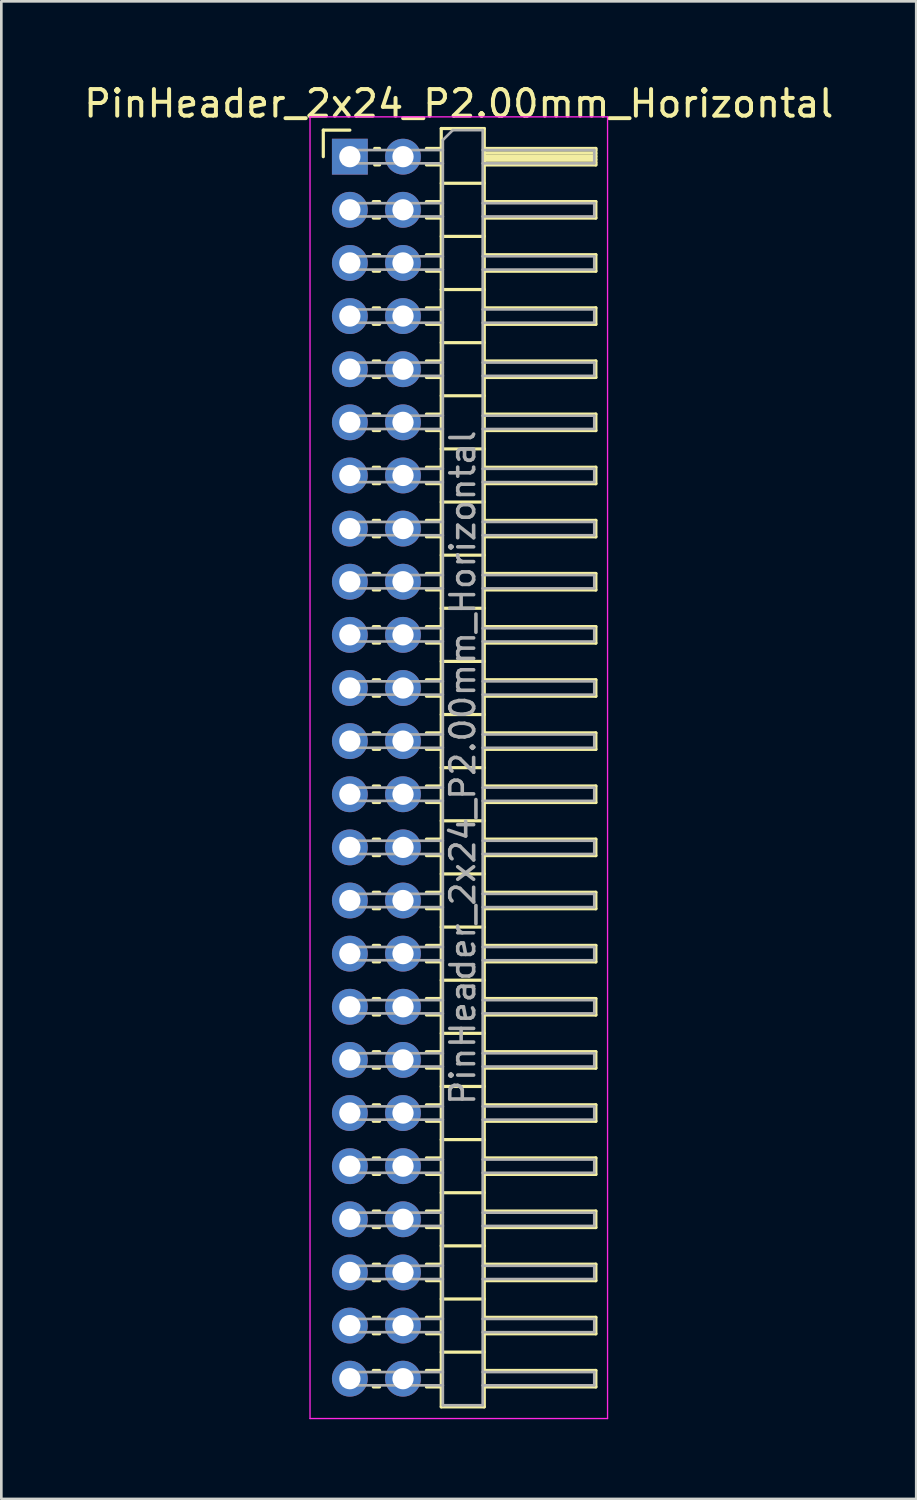
<source format=kicad_pcb>
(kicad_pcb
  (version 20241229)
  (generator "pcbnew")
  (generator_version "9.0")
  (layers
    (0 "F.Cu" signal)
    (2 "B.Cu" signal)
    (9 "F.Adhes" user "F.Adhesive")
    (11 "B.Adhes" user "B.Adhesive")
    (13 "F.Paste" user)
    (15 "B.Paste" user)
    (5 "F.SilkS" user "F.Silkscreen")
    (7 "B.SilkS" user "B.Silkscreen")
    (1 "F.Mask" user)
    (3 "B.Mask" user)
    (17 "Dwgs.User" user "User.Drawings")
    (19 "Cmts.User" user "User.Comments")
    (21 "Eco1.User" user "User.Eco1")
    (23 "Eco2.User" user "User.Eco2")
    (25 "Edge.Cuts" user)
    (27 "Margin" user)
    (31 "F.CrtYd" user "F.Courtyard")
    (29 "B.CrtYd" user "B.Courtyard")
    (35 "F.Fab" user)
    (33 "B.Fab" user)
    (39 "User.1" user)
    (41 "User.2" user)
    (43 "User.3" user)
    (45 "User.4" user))
  (footprint "PinHeader_2x24_P2.00mm_Horizontal"
    (layer "F.Cu")
    (at 10.12 2.848)
    (property "Reference" "PinHeader_2x24_P2.00mm_Horizontal" (at 4.1 -2 0) (layer "F.SilkS") (effects (font (size 1 1) (thickness 0.15))))
    (attr through_hole)
    (fp_line (start -1 -1) (end 0 -1) (stroke (width 0.12) (type solid)) (layer "F.SilkS"))
    (fp_line (start -1 0) (end -1 -1) (stroke (width 0.12) (type solid)) (layer "F.SilkS"))
    (fp_line (start 0.882 1.69) (end 1.118 1.69) (stroke (width 0.12) (type solid)) (layer "F.SilkS"))
    (fp_line (start 0.882 2.31) (end 1.118 2.31) (stroke (width 0.12) (type solid)) (layer "F.SilkS"))
    (fp_line (start 0.882 3.69) (end 1.118 3.69) (stroke (width 0.12) (type solid)) (layer "F.SilkS"))
    (fp_line (start 0.882 4.31) (end 1.118 4.31) (stroke (width 0.12) (type solid)) (layer "F.SilkS"))
    (fp_line (start 0.882 5.69) (end 1.118 5.69) (stroke (width 0.12) (type solid)) (layer "F.SilkS"))
    (fp_line (start 0.882 6.31) (end 1.118 6.31) (stroke (width 0.12) (type solid)) (layer "F.SilkS"))
    (fp_line (start 0.882 7.69) (end 1.118 7.69) (stroke (width 0.12) (type solid)) (layer "F.SilkS"))
    (fp_line (start 0.882 8.31) (end 1.118 8.31) (stroke (width 0.12) (type solid)) (layer "F.SilkS"))
    (fp_line (start 0.882 9.69) (end 1.118 9.69) (stroke (width 0.12) (type solid)) (layer "F.SilkS"))
    (fp_line (start 0.882 10.31) (end 1.118 10.31) (stroke (width 0.12) (type solid)) (layer "F.SilkS"))
    (fp_line (start 0.882 11.69) (end 1.118 11.69) (stroke (width 0.12) (type solid)) (layer "F.SilkS"))
    (fp_line (start 0.882 12.31) (end 1.118 12.31) (stroke (width 0.12) (type solid)) (layer "F.SilkS"))
    (fp_line (start 0.882 13.69) (end 1.118 13.69) (stroke (width 0.12) (type solid)) (layer "F.SilkS"))
    (fp_line (start 0.882 14.31) (end 1.118 14.31) (stroke (width 0.12) (type solid)) (layer "F.SilkS"))
    (fp_line (start 0.882 15.69) (end 1.118 15.69) (stroke (width 0.12) (type solid)) (layer "F.SilkS"))
    (fp_line (start 0.882 16.31) (end 1.118 16.31) (stroke (width 0.12) (type solid)) (layer "F.SilkS"))
    (fp_line (start 0.882 17.69) (end 1.118 17.69) (stroke (width 0.12) (type solid)) (layer "F.SilkS"))
    (fp_line (start 0.882 18.31) (end 1.118 18.31) (stroke (width 0.12) (type solid)) (layer "F.SilkS"))
    (fp_line (start 0.882 19.69) (end 1.118 19.69) (stroke (width 0.12) (type solid)) (layer "F.SilkS"))
    (fp_line (start 0.882 20.31) (end 1.118 20.31) (stroke (width 0.12) (type solid)) (layer "F.SilkS"))
    (fp_line (start 0.882 21.69) (end 1.118 21.69) (stroke (width 0.12) (type solid)) (layer "F.SilkS"))
    (fp_line (start 0.882 22.31) (end 1.118 22.31) (stroke (width 0.12) (type solid)) (layer "F.SilkS"))
    (fp_line (start 0.882 23.69) (end 1.118 23.69) (stroke (width 0.12) (type solid)) (layer "F.SilkS"))
    (fp_line (start 0.882 24.31) (end 1.118 24.31) (stroke (width 0.12) (type solid)) (layer "F.SilkS"))
    (fp_line (start 0.882 25.69) (end 1.118 25.69) (stroke (width 0.12) (type solid)) (layer "F.SilkS"))
    (fp_line (start 0.882 26.31) (end 1.118 26.31) (stroke (width 0.12) (type solid)) (layer "F.SilkS"))
    (fp_line (start 0.882 27.69) (end 1.118 27.69) (stroke (width 0.12) (type solid)) (layer "F.SilkS"))
    (fp_line (start 0.882 28.31) (end 1.118 28.31) (stroke (width 0.12) (type solid)) (layer "F.SilkS"))
    (fp_line (start 0.882 29.69) (end 1.118 29.69) (stroke (width 0.12) (type solid)) (layer "F.SilkS"))
    (fp_line (start 0.882 30.31) (end 1.118 30.31) (stroke (width 0.12) (type solid)) (layer "F.SilkS"))
    (fp_line (start 0.882 31.69) (end 1.118 31.69) (stroke (width 0.12) (type solid)) (layer "F.SilkS"))
    (fp_line (start 0.882 32.31) (end 1.118 32.31) (stroke (width 0.12) (type solid)) (layer "F.SilkS"))
    (fp_line (start 0.882 33.69) (end 1.118 33.69) (stroke (width 0.12) (type solid)) (layer "F.SilkS"))
    (fp_line (start 0.882 34.31) (end 1.118 34.31) (stroke (width 0.12) (type solid)) (layer "F.SilkS"))
    (fp_line (start 0.882 35.69) (end 1.118 35.69) (stroke (width 0.12) (type solid)) (layer "F.SilkS"))
    (fp_line (start 0.882 36.31) (end 1.118 36.31) (stroke (width 0.12) (type solid)) (layer "F.SilkS"))
    (fp_line (start 0.882 37.69) (end 1.118 37.69) (stroke (width 0.12) (type solid)) (layer "F.SilkS"))
    (fp_line (start 0.882 38.31) (end 1.118 38.31) (stroke (width 0.12) (type solid)) (layer "F.SilkS"))
    (fp_line (start 0.882 39.69) (end 1.118 39.69) (stroke (width 0.12) (type solid)) (layer "F.SilkS"))
    (fp_line (start 0.882 40.31) (end 1.118 40.31) (stroke (width 0.12) (type solid)) (layer "F.SilkS"))
    (fp_line (start 0.882 41.69) (end 1.118 41.69) (stroke (width 0.12) (type solid)) (layer "F.SilkS"))
    (fp_line (start 0.882 42.31) (end 1.118 42.31) (stroke (width 0.12) (type solid)) (layer "F.SilkS"))
    (fp_line (start 0.882 43.69) (end 1.118 43.69) (stroke (width 0.12) (type solid)) (layer "F.SilkS"))
    (fp_line (start 0.882 44.31) (end 1.118 44.31) (stroke (width 0.12) (type solid)) (layer "F.SilkS"))
    (fp_line (start 0.882 45.69) (end 1.118 45.69) (stroke (width 0.12) (type solid)) (layer "F.SilkS"))
    (fp_line (start 0.882 46.31) (end 1.118 46.31) (stroke (width 0.12) (type solid)) (layer "F.SilkS"))
    (fp_line (start 0.935 -0.31) (end 1.118 -0.31) (stroke (width 0.12) (type solid)) (layer "F.SilkS"))
    (fp_line (start 0.935 0.31) (end 1.118 0.31) (stroke (width 0.12) (type solid)) (layer "F.SilkS"))
    (fp_line (start 2.882 -0.31) (end 3.44 -0.31) (stroke (width 0.12) (type solid)) (layer "F.SilkS"))
    (fp_line (start 2.882 0.31) (end 3.44 0.31) (stroke (width 0.12) (type solid)) (layer "F.SilkS"))
    (fp_line (start 2.882 1.69) (end 3.44 1.69) (stroke (width 0.12) (type solid)) (layer "F.SilkS"))
    (fp_line (start 2.882 2.31) (end 3.44 2.31) (stroke (width 0.12) (type solid)) (layer "F.SilkS"))
    (fp_line (start 2.882 3.69) (end 3.44 3.69) (stroke (width 0.12) (type solid)) (layer "F.SilkS"))
    (fp_line (start 2.882 4.31) (end 3.44 4.31) (stroke (width 0.12) (type solid)) (layer "F.SilkS"))
    (fp_line (start 2.882 5.69) (end 3.44 5.69) (stroke (width 0.12) (type solid)) (layer "F.SilkS"))
    (fp_line (start 2.882 6.31) (end 3.44 6.31) (stroke (width 0.12) (type solid)) (layer "F.SilkS"))
    (fp_line (start 2.882 7.69) (end 3.44 7.69) (stroke (width 0.12) (type solid)) (layer "F.SilkS"))
    (fp_line (start 2.882 8.31) (end 3.44 8.31) (stroke (width 0.12) (type solid)) (layer "F.SilkS"))
    (fp_line (start 2.882 9.69) (end 3.44 9.69) (stroke (width 0.12) (type solid)) (layer "F.SilkS"))
    (fp_line (start 2.882 10.31) (end 3.44 10.31) (stroke (width 0.12) (type solid)) (layer "F.SilkS"))
    (fp_line (start 2.882 11.69) (end 3.44 11.69) (stroke (width 0.12) (type solid)) (layer "F.SilkS"))
    (fp_line (start 2.882 12.31) (end 3.44 12.31) (stroke (width 0.12) (type solid)) (layer "F.SilkS"))
    (fp_line (start 2.882 13.69) (end 3.44 13.69) (stroke (width 0.12) (type solid)) (layer "F.SilkS"))
    (fp_line (start 2.882 14.31) (end 3.44 14.31) (stroke (width 0.12) (type solid)) (layer "F.SilkS"))
    (fp_line (start 2.882 15.69) (end 3.44 15.69) (stroke (width 0.12) (type solid)) (layer "F.SilkS"))
    (fp_line (start 2.882 16.31) (end 3.44 16.31) (stroke (width 0.12) (type solid)) (layer "F.SilkS"))
    (fp_line (start 2.882 17.69) (end 3.44 17.69) (stroke (width 0.12) (type solid)) (layer "F.SilkS"))
    (fp_line (start 2.882 18.31) (end 3.44 18.31) (stroke (width 0.12) (type solid)) (layer "F.SilkS"))
    (fp_line (start 2.882 19.69) (end 3.44 19.69) (stroke (width 0.12) (type solid)) (layer "F.SilkS"))
    (fp_line (start 2.882 20.31) (end 3.44 20.31) (stroke (width 0.12) (type solid)) (layer "F.SilkS"))
    (fp_line (start 2.882 21.69) (end 3.44 21.69) (stroke (width 0.12) (type solid)) (layer "F.SilkS"))
    (fp_line (start 2.882 22.31) (end 3.44 22.31) (stroke (width 0.12) (type solid)) (layer "F.SilkS"))
    (fp_line (start 2.882 23.69) (end 3.44 23.69) (stroke (width 0.12) (type solid)) (layer "F.SilkS"))
    (fp_line (start 2.882 24.31) (end 3.44 24.31) (stroke (width 0.12) (type solid)) (layer "F.SilkS"))
    (fp_line (start 2.882 25.69) (end 3.44 25.69) (stroke (width 0.12) (type solid)) (layer "F.SilkS"))
    (fp_line (start 2.882 26.31) (end 3.44 26.31) (stroke (width 0.12) (type solid)) (layer "F.SilkS"))
    (fp_line (start 2.882 27.69) (end 3.44 27.69) (stroke (width 0.12) (type solid)) (layer "F.SilkS"))
    (fp_line (start 2.882 28.31) (end 3.44 28.31) (stroke (width 0.12) (type solid)) (layer "F.SilkS"))
    (fp_line (start 2.882 29.69) (end 3.44 29.69) (stroke (width 0.12) (type solid)) (layer "F.SilkS"))
    (fp_line (start 2.882 30.31) (end 3.44 30.31) (stroke (width 0.12) (type solid)) (layer "F.SilkS"))
    (fp_line (start 2.882 31.69) (end 3.44 31.69) (stroke (width 0.12) (type solid)) (layer "F.SilkS"))
    (fp_line (start 2.882 32.31) (end 3.44 32.31) (stroke (width 0.12) (type solid)) (layer "F.SilkS"))
    (fp_line (start 2.882 33.69) (end 3.44 33.69) (stroke (width 0.12) (type solid)) (layer "F.SilkS"))
    (fp_line (start 2.882 34.31) (end 3.44 34.31) (stroke (width 0.12) (type solid)) (layer "F.SilkS"))
    (fp_line (start 2.882 35.69) (end 3.44 35.69) (stroke (width 0.12) (type solid)) (layer "F.SilkS"))
    (fp_line (start 2.882 36.31) (end 3.44 36.31) (stroke (width 0.12) (type solid)) (layer "F.SilkS"))
    (fp_line (start 2.882 37.69) (end 3.44 37.69) (stroke (width 0.12) (type solid)) (layer "F.SilkS"))
    (fp_line (start 2.882 38.31) (end 3.44 38.31) (stroke (width 0.12) (type solid)) (layer "F.SilkS"))
    (fp_line (start 2.882 39.69) (end 3.44 39.69) (stroke (width 0.12) (type solid)) (layer "F.SilkS"))
    (fp_line (start 2.882 40.31) (end 3.44 40.31) (stroke (width 0.12) (type solid)) (layer "F.SilkS"))
    (fp_line (start 2.882 41.69) (end 3.44 41.69) (stroke (width 0.12) (type solid)) (layer "F.SilkS"))
    (fp_line (start 2.882 42.31) (end 3.44 42.31) (stroke (width 0.12) (type solid)) (layer "F.SilkS"))
    (fp_line (start 2.882 43.69) (end 3.44 43.69) (stroke (width 0.12) (type solid)) (layer "F.SilkS"))
    (fp_line (start 2.882 44.31) (end 3.44 44.31) (stroke (width 0.12) (type solid)) (layer "F.SilkS"))
    (fp_line (start 2.882 45.69) (end 3.44 45.69) (stroke (width 0.12) (type solid)) (layer "F.SilkS"))
    (fp_line (start 2.882 46.31) (end 3.44 46.31) (stroke (width 0.12) (type solid)) (layer "F.SilkS"))
    (fp_line (start 3.44 -1.06) (end 3.44 47.06) (stroke (width 0.12) (type solid)) (layer "F.SilkS"))
    (fp_line (start 3.44 1) (end 5.06 1) (stroke (width 0.12) (type solid)) (layer "F.SilkS"))
    (fp_line (start 3.44 3) (end 5.06 3) (stroke (width 0.12) (type solid)) (layer "F.SilkS"))
    (fp_line (start 3.44 5) (end 5.06 5) (stroke (width 0.12) (type solid)) (layer "F.SilkS"))
    (fp_line (start 3.44 7) (end 5.06 7) (stroke (width 0.12) (type solid)) (layer "F.SilkS"))
    (fp_line (start 3.44 9) (end 5.06 9) (stroke (width 0.12) (type solid)) (layer "F.SilkS"))
    (fp_line (start 3.44 11) (end 5.06 11) (stroke (width 0.12) (type solid)) (layer "F.SilkS"))
    (fp_line (start 3.44 13) (end 5.06 13) (stroke (width 0.12) (type solid)) (layer "F.SilkS"))
    (fp_line (start 3.44 15) (end 5.06 15) (stroke (width 0.12) (type solid)) (layer "F.SilkS"))
    (fp_line (start 3.44 17) (end 5.06 17) (stroke (width 0.12) (type solid)) (layer "F.SilkS"))
    (fp_line (start 3.44 19) (end 5.06 19) (stroke (width 0.12) (type solid)) (layer "F.SilkS"))
    (fp_line (start 3.44 21) (end 5.06 21) (stroke (width 0.12) (type solid)) (layer "F.SilkS"))
    (fp_line (start 3.44 23) (end 5.06 23) (stroke (width 0.12) (type solid)) (layer "F.SilkS"))
    (fp_line (start 3.44 25) (end 5.06 25) (stroke (width 0.12) (type solid)) (layer "F.SilkS"))
    (fp_line (start 3.44 27) (end 5.06 27) (stroke (width 0.12) (type solid)) (layer "F.SilkS"))
    (fp_line (start 3.44 29) (end 5.06 29) (stroke (width 0.12) (type solid)) (layer "F.SilkS"))
    (fp_line (start 3.44 31) (end 5.06 31) (stroke (width 0.12) (type solid)) (layer "F.SilkS"))
    (fp_line (start 3.44 33) (end 5.06 33) (stroke (width 0.12) (type solid)) (layer "F.SilkS"))
    (fp_line (start 3.44 35) (end 5.06 35) (stroke (width 0.12) (type solid)) (layer "F.SilkS"))
    (fp_line (start 3.44 37) (end 5.06 37) (stroke (width 0.12) (type solid)) (layer "F.SilkS"))
    (fp_line (start 3.44 39) (end 5.06 39) (stroke (width 0.12) (type solid)) (layer "F.SilkS"))
    (fp_line (start 3.44 41) (end 5.06 41) (stroke (width 0.12) (type solid)) (layer "F.SilkS"))
    (fp_line (start 3.44 43) (end 5.06 43) (stroke (width 0.12) (type solid)) (layer "F.SilkS"))
    (fp_line (start 3.44 45) (end 5.06 45) (stroke (width 0.12) (type solid)) (layer "F.SilkS"))
    (fp_line (start 3.44 47.06) (end 5.06 47.06) (stroke (width 0.12) (type solid)) (layer "F.SilkS"))
    (fp_line (start 5.06 -1.06) (end 3.44 -1.06) (stroke (width 0.12) (type solid)) (layer "F.SilkS"))
    (fp_line (start 5.06 -0.31) (end 9.26 -0.31) (stroke (width 0.12) (type solid)) (layer "F.SilkS"))
    (fp_line (start 5.06 -0.25) (end 9.26 -0.25) (stroke (width 0.12) (type solid)) (layer "F.SilkS"))
    (fp_line (start 5.06 -0.13) (end 9.26 -0.13) (stroke (width 0.12) (type solid)) (layer "F.SilkS"))
    (fp_line (start 5.06 -0.01) (end 9.26 -0.01) (stroke (width 0.12) (type solid)) (layer "F.SilkS"))
    (fp_line (start 5.06 0.11) (end 9.26 0.11) (stroke (width 0.12) (type solid)) (layer "F.SilkS"))
    (fp_line (start 5.06 0.23) (end 9.26 0.23) (stroke (width 0.12) (type solid)) (layer "F.SilkS"))
    (fp_line (start 5.06 1.69) (end 9.26 1.69) (stroke (width 0.12) (type solid)) (layer "F.SilkS"))
    (fp_line (start 5.06 3.69) (end 9.26 3.69) (stroke (width 0.12) (type solid)) (layer "F.SilkS"))
    (fp_line (start 5.06 5.69) (end 9.26 5.69) (stroke (width 0.12) (type solid)) (layer "F.SilkS"))
    (fp_line (start 5.06 7.69) (end 9.26 7.69) (stroke (width 0.12) (type solid)) (layer "F.SilkS"))
    (fp_line (start 5.06 9.69) (end 9.26 9.69) (stroke (width 0.12) (type solid)) (layer "F.SilkS"))
    (fp_line (start 5.06 11.69) (end 9.26 11.69) (stroke (width 0.12) (type solid)) (layer "F.SilkS"))
    (fp_line (start 5.06 13.69) (end 9.26 13.69) (stroke (width 0.12) (type solid)) (layer "F.SilkS"))
    (fp_line (start 5.06 15.69) (end 9.26 15.69) (stroke (width 0.12) (type solid)) (layer "F.SilkS"))
    (fp_line (start 5.06 17.69) (end 9.26 17.69) (stroke (width 0.12) (type solid)) (layer "F.SilkS"))
    (fp_line (start 5.06 19.69) (end 9.26 19.69) (stroke (width 0.12) (type solid)) (layer "F.SilkS"))
    (fp_line (start 5.06 21.69) (end 9.26 21.69) (stroke (width 0.12) (type solid)) (layer "F.SilkS"))
    (fp_line (start 5.06 23.69) (end 9.26 23.69) (stroke (width 0.12) (type solid)) (layer "F.SilkS"))
    (fp_line (start 5.06 25.69) (end 9.26 25.69) (stroke (width 0.12) (type solid)) (layer "F.SilkS"))
    (fp_line (start 5.06 27.69) (end 9.26 27.69) (stroke (width 0.12) (type solid)) (layer "F.SilkS"))
    (fp_line (start 5.06 29.69) (end 9.26 29.69) (stroke (width 0.12) (type solid)) (layer "F.SilkS"))
    (fp_line (start 5.06 31.69) (end 9.26 31.69) (stroke (width 0.12) (type solid)) (layer "F.SilkS"))
    (fp_line (start 5.06 33.69) (end 9.26 33.69) (stroke (width 0.12) (type solid)) (layer "F.SilkS"))
    (fp_line (start 5.06 35.69) (end 9.26 35.69) (stroke (width 0.12) (type solid)) (layer "F.SilkS"))
    (fp_line (start 5.06 37.69) (end 9.26 37.69) (stroke (width 0.12) (type solid)) (layer "F.SilkS"))
    (fp_line (start 5.06 39.69) (end 9.26 39.69) (stroke (width 0.12) (type solid)) (layer "F.SilkS"))
    (fp_line (start 5.06 41.69) (end 9.26 41.69) (stroke (width 0.12) (type solid)) (layer "F.SilkS"))
    (fp_line (start 5.06 43.69) (end 9.26 43.69) (stroke (width 0.12) (type solid)) (layer "F.SilkS"))
    (fp_line (start 5.06 45.69) (end 9.26 45.69) (stroke (width 0.12) (type solid)) (layer "F.SilkS"))
    (fp_line (start 5.06 47.06) (end 5.06 -1.06) (stroke (width 0.12) (type solid)) (layer "F.SilkS"))
    (fp_line (start 9.26 -0.31) (end 9.26 0.31) (stroke (width 0.12) (type solid)) (layer "F.SilkS"))
    (fp_line (start 9.26 0.31) (end 5.06 0.31) (stroke (width 0.12) (type solid)) (layer "F.SilkS"))
    (fp_line (start 9.26 1.69) (end 9.26 2.31) (stroke (width 0.12) (type solid)) (layer "F.SilkS"))
    (fp_line (start 9.26 2.31) (end 5.06 2.31) (stroke (width 0.12) (type solid)) (layer "F.SilkS"))
    (fp_line (start 9.26 3.69) (end 9.26 4.31) (stroke (width 0.12) (type solid)) (layer "F.SilkS"))
    (fp_line (start 9.26 4.31) (end 5.06 4.31) (stroke (width 0.12) (type solid)) (layer "F.SilkS"))
    (fp_line (start 9.26 5.69) (end 9.26 6.31) (stroke (width 0.12) (type solid)) (layer "F.SilkS"))
    (fp_line (start 9.26 6.31) (end 5.06 6.31) (stroke (width 0.12) (type solid)) (layer "F.SilkS"))
    (fp_line (start 9.26 7.69) (end 9.26 8.31) (stroke (width 0.12) (type solid)) (layer "F.SilkS"))
    (fp_line (start 9.26 8.31) (end 5.06 8.31) (stroke (width 0.12) (type solid)) (layer "F.SilkS"))
    (fp_line (start 9.26 9.69) (end 9.26 10.31) (stroke (width 0.12) (type solid)) (layer "F.SilkS"))
    (fp_line (start 9.26 10.31) (end 5.06 10.31) (stroke (width 0.12) (type solid)) (layer "F.SilkS"))
    (fp_line (start 9.26 11.69) (end 9.26 12.31) (stroke (width 0.12) (type solid)) (layer "F.SilkS"))
    (fp_line (start 9.26 12.31) (end 5.06 12.31) (stroke (width 0.12) (type solid)) (layer "F.SilkS"))
    (fp_line (start 9.26 13.69) (end 9.26 14.31) (stroke (width 0.12) (type solid)) (layer "F.SilkS"))
    (fp_line (start 9.26 14.31) (end 5.06 14.31) (stroke (width 0.12) (type solid)) (layer "F.SilkS"))
    (fp_line (start 9.26 15.69) (end 9.26 16.31) (stroke (width 0.12) (type solid)) (layer "F.SilkS"))
    (fp_line (start 9.26 16.31) (end 5.06 16.31) (stroke (width 0.12) (type solid)) (layer "F.SilkS"))
    (fp_line (start 9.26 17.69) (end 9.26 18.31) (stroke (width 0.12) (type solid)) (layer "F.SilkS"))
    (fp_line (start 9.26 18.31) (end 5.06 18.31) (stroke (width 0.12) (type solid)) (layer "F.SilkS"))
    (fp_line (start 9.26 19.69) (end 9.26 20.31) (stroke (width 0.12) (type solid)) (layer "F.SilkS"))
    (fp_line (start 9.26 20.31) (end 5.06 20.31) (stroke (width 0.12) (type solid)) (layer "F.SilkS"))
    (fp_line (start 9.26 21.69) (end 9.26 22.31) (stroke (width 0.12) (type solid)) (layer "F.SilkS"))
    (fp_line (start 9.26 22.31) (end 5.06 22.31) (stroke (width 0.12) (type solid)) (layer "F.SilkS"))
    (fp_line (start 9.26 23.69) (end 9.26 24.31) (stroke (width 0.12) (type solid)) (layer "F.SilkS"))
    (fp_line (start 9.26 24.31) (end 5.06 24.31) (stroke (width 0.12) (type solid)) (layer "F.SilkS"))
    (fp_line (start 9.26 25.69) (end 9.26 26.31) (stroke (width 0.12) (type solid)) (layer "F.SilkS"))
    (fp_line (start 9.26 26.31) (end 5.06 26.31) (stroke (width 0.12) (type solid)) (layer "F.SilkS"))
    (fp_line (start 9.26 27.69) (end 9.26 28.31) (stroke (width 0.12) (type solid)) (layer "F.SilkS"))
    (fp_line (start 9.26 28.31) (end 5.06 28.31) (stroke (width 0.12) (type solid)) (layer "F.SilkS"))
    (fp_line (start 9.26 29.69) (end 9.26 30.31) (stroke (width 0.12) (type solid)) (layer "F.SilkS"))
    (fp_line (start 9.26 30.31) (end 5.06 30.31) (stroke (width 0.12) (type solid)) (layer "F.SilkS"))
    (fp_line (start 9.26 31.69) (end 9.26 32.31) (stroke (width 0.12) (type solid)) (layer "F.SilkS"))
    (fp_line (start 9.26 32.31) (end 5.06 32.31) (stroke (width 0.12) (type solid)) (layer "F.SilkS"))
    (fp_line (start 9.26 33.69) (end 9.26 34.31) (stroke (width 0.12) (type solid)) (layer "F.SilkS"))
    (fp_line (start 9.26 34.31) (end 5.06 34.31) (stroke (width 0.12) (type solid)) (layer "F.SilkS"))
    (fp_line (start 9.26 35.69) (end 9.26 36.31) (stroke (width 0.12) (type solid)) (layer "F.SilkS"))
    (fp_line (start 9.26 36.31) (end 5.06 36.31) (stroke (width 0.12) (type solid)) (layer "F.SilkS"))
    (fp_line (start 9.26 37.69) (end 9.26 38.31) (stroke (width 0.12) (type solid)) (layer "F.SilkS"))
    (fp_line (start 9.26 38.31) (end 5.06 38.31) (stroke (width 0.12) (type solid)) (layer "F.SilkS"))
    (fp_line (start 9.26 39.69) (end 9.26 40.31) (stroke (width 0.12) (type solid)) (layer "F.SilkS"))
    (fp_line (start 9.26 40.31) (end 5.06 40.31) (stroke (width 0.12) (type solid)) (layer "F.SilkS"))
    (fp_line (start 9.26 41.69) (end 9.26 42.31) (stroke (width 0.12) (type solid)) (layer "F.SilkS"))
    (fp_line (start 9.26 42.31) (end 5.06 42.31) (stroke (width 0.12) (type solid)) (layer "F.SilkS"))
    (fp_line (start 9.26 43.69) (end 9.26 44.31) (stroke (width 0.12) (type solid)) (layer "F.SilkS"))
    (fp_line (start 9.26 44.31) (end 5.06 44.31) (stroke (width 0.12) (type solid)) (layer "F.SilkS"))
    (fp_line (start 9.26 45.69) (end 9.26 46.31) (stroke (width 0.12) (type solid)) (layer "F.SilkS"))
    (fp_line (start 9.26 46.31) (end 5.06 46.31) (stroke (width 0.12) (type solid)) (layer "F.SilkS"))
    (fp_line (start -1.5 -1.5) (end -1.5 47.5) (stroke (width 0.05) (type solid)) (layer "F.CrtYd"))
    (fp_line (start -1.5 47.5) (end 9.7 47.5) (stroke (width 0.05) (type solid)) (layer "F.CrtYd"))
    (fp_line (start 9.7 -1.5) (end -1.5 -1.5) (stroke (width 0.05) (type solid)) (layer "F.CrtYd"))
    (fp_line (start 9.7 47.5) (end 9.7 -1.5) (stroke (width 0.05) (type solid)) (layer "F.CrtYd"))
    (fp_line (start -0.25 -0.25) (end -0.25 0.25) (stroke (width 0.1) (type solid)) (layer "F.Fab"))
    (fp_line (start -0.25 -0.25) (end 3.5 -0.25) (stroke (width 0.1) (type solid)) (layer "F.Fab"))
    (fp_line (start -0.25 0.25) (end 3.5 0.25) (stroke (width 0.1) (type solid)) (layer "F.Fab"))
    (fp_line (start -0.25 1.75) (end -0.25 2.25) (stroke (width 0.1) (type solid)) (layer "F.Fab"))
    (fp_line (start -0.25 1.75) (end 3.5 1.75) (stroke (width 0.1) (type solid)) (layer "F.Fab"))
    (fp_line (start -0.25 2.25) (end 3.5 2.25) (stroke (width 0.1) (type solid)) (layer "F.Fab"))
    (fp_line (start -0.25 3.75) (end -0.25 4.25) (stroke (width 0.1) (type solid)) (layer "F.Fab"))
    (fp_line (start -0.25 3.75) (end 3.5 3.75) (stroke (width 0.1) (type solid)) (layer "F.Fab"))
    (fp_line (start -0.25 4.25) (end 3.5 4.25) (stroke (width 0.1) (type solid)) (layer "F.Fab"))
    (fp_line (start -0.25 5.75) (end -0.25 6.25) (stroke (width 0.1) (type solid)) (layer "F.Fab"))
    (fp_line (start -0.25 5.75) (end 3.5 5.75) (stroke (width 0.1) (type solid)) (layer "F.Fab"))
    (fp_line (start -0.25 6.25) (end 3.5 6.25) (stroke (width 0.1) (type solid)) (layer "F.Fab"))
    (fp_line (start -0.25 7.75) (end -0.25 8.25) (stroke (width 0.1) (type solid)) (layer "F.Fab"))
    (fp_line (start -0.25 7.75) (end 3.5 7.75) (stroke (width 0.1) (type solid)) (layer "F.Fab"))
    (fp_line (start -0.25 8.25) (end 3.5 8.25) (stroke (width 0.1) (type solid)) (layer "F.Fab"))
    (fp_line (start -0.25 9.75) (end -0.25 10.25) (stroke (width 0.1) (type solid)) (layer "F.Fab"))
    (fp_line (start -0.25 9.75) (end 3.5 9.75) (stroke (width 0.1) (type solid)) (layer "F.Fab"))
    (fp_line (start -0.25 10.25) (end 3.5 10.25) (stroke (width 0.1) (type solid)) (layer "F.Fab"))
    (fp_line (start -0.25 11.75) (end -0.25 12.25) (stroke (width 0.1) (type solid)) (layer "F.Fab"))
    (fp_line (start -0.25 11.75) (end 3.5 11.75) (stroke (width 0.1) (type solid)) (layer "F.Fab"))
    (fp_line (start -0.25 12.25) (end 3.5 12.25) (stroke (width 0.1) (type solid)) (layer "F.Fab"))
    (fp_line (start -0.25 13.75) (end -0.25 14.25) (stroke (width 0.1) (type solid)) (layer "F.Fab"))
    (fp_line (start -0.25 13.75) (end 3.5 13.75) (stroke (width 0.1) (type solid)) (layer "F.Fab"))
    (fp_line (start -0.25 14.25) (end 3.5 14.25) (stroke (width 0.1) (type solid)) (layer "F.Fab"))
    (fp_line (start -0.25 15.75) (end -0.25 16.25) (stroke (width 0.1) (type solid)) (layer "F.Fab"))
    (fp_line (start -0.25 15.75) (end 3.5 15.75) (stroke (width 0.1) (type solid)) (layer "F.Fab"))
    (fp_line (start -0.25 16.25) (end 3.5 16.25) (stroke (width 0.1) (type solid)) (layer "F.Fab"))
    (fp_line (start -0.25 17.75) (end -0.25 18.25) (stroke (width 0.1) (type solid)) (layer "F.Fab"))
    (fp_line (start -0.25 17.75) (end 3.5 17.75) (stroke (width 0.1) (type solid)) (layer "F.Fab"))
    (fp_line (start -0.25 18.25) (end 3.5 18.25) (stroke (width 0.1) (type solid)) (layer "F.Fab"))
    (fp_line (start -0.25 19.75) (end -0.25 20.25) (stroke (width 0.1) (type solid)) (layer "F.Fab"))
    (fp_line (start -0.25 19.75) (end 3.5 19.75) (stroke (width 0.1) (type solid)) (layer "F.Fab"))
    (fp_line (start -0.25 20.25) (end 3.5 20.25) (stroke (width 0.1) (type solid)) (layer "F.Fab"))
    (fp_line (start -0.25 21.75) (end -0.25 22.25) (stroke (width 0.1) (type solid)) (layer "F.Fab"))
    (fp_line (start -0.25 21.75) (end 3.5 21.75) (stroke (width 0.1) (type solid)) (layer "F.Fab"))
    (fp_line (start -0.25 22.25) (end 3.5 22.25) (stroke (width 0.1) (type solid)) (layer "F.Fab"))
    (fp_line (start -0.25 23.75) (end -0.25 24.25) (stroke (width 0.1) (type solid)) (layer "F.Fab"))
    (fp_line (start -0.25 23.75) (end 3.5 23.75) (stroke (width 0.1) (type solid)) (layer "F.Fab"))
    (fp_line (start -0.25 24.25) (end 3.5 24.25) (stroke (width 0.1) (type solid)) (layer "F.Fab"))
    (fp_line (start -0.25 25.75) (end -0.25 26.25) (stroke (width 0.1) (type solid)) (layer "F.Fab"))
    (fp_line (start -0.25 25.75) (end 3.5 25.75) (stroke (width 0.1) (type solid)) (layer "F.Fab"))
    (fp_line (start -0.25 26.25) (end 3.5 26.25) (stroke (width 0.1) (type solid)) (layer "F.Fab"))
    (fp_line (start -0.25 27.75) (end -0.25 28.25) (stroke (width 0.1) (type solid)) (layer "F.Fab"))
    (fp_line (start -0.25 27.75) (end 3.5 27.75) (stroke (width 0.1) (type solid)) (layer "F.Fab"))
    (fp_line (start -0.25 28.25) (end 3.5 28.25) (stroke (width 0.1) (type solid)) (layer "F.Fab"))
    (fp_line (start -0.25 29.75) (end -0.25 30.25) (stroke (width 0.1) (type solid)) (layer "F.Fab"))
    (fp_line (start -0.25 29.75) (end 3.5 29.75) (stroke (width 0.1) (type solid)) (layer "F.Fab"))
    (fp_line (start -0.25 30.25) (end 3.5 30.25) (stroke (width 0.1) (type solid)) (layer "F.Fab"))
    (fp_line (start -0.25 31.75) (end -0.25 32.25) (stroke (width 0.1) (type solid)) (layer "F.Fab"))
    (fp_line (start -0.25 31.75) (end 3.5 31.75) (stroke (width 0.1) (type solid)) (layer "F.Fab"))
    (fp_line (start -0.25 32.25) (end 3.5 32.25) (stroke (width 0.1) (type solid)) (layer "F.Fab"))
    (fp_line (start -0.25 33.75) (end -0.25 34.25) (stroke (width 0.1) (type solid)) (layer "F.Fab"))
    (fp_line (start -0.25 33.75) (end 3.5 33.75) (stroke (width 0.1) (type solid)) (layer "F.Fab"))
    (fp_line (start -0.25 34.25) (end 3.5 34.25) (stroke (width 0.1) (type solid)) (layer "F.Fab"))
    (fp_line (start -0.25 35.75) (end -0.25 36.25) (stroke (width 0.1) (type solid)) (layer "F.Fab"))
    (fp_line (start -0.25 35.75) (end 3.5 35.75) (stroke (width 0.1) (type solid)) (layer "F.Fab"))
    (fp_line (start -0.25 36.25) (end 3.5 36.25) (stroke (width 0.1) (type solid)) (layer "F.Fab"))
    (fp_line (start -0.25 37.75) (end -0.25 38.25) (stroke (width 0.1) (type solid)) (layer "F.Fab"))
    (fp_line (start -0.25 37.75) (end 3.5 37.75) (stroke (width 0.1) (type solid)) (layer "F.Fab"))
    (fp_line (start -0.25 38.25) (end 3.5 38.25) (stroke (width 0.1) (type solid)) (layer "F.Fab"))
    (fp_line (start -0.25 39.75) (end -0.25 40.25) (stroke (width 0.1) (type solid)) (layer "F.Fab"))
    (fp_line (start -0.25 39.75) (end 3.5 39.75) (stroke (width 0.1) (type solid)) (layer "F.Fab"))
    (fp_line (start -0.25 40.25) (end 3.5 40.25) (stroke (width 0.1) (type solid)) (layer "F.Fab"))
    (fp_line (start -0.25 41.75) (end -0.25 42.25) (stroke (width 0.1) (type solid)) (layer "F.Fab"))
    (fp_line (start -0.25 41.75) (end 3.5 41.75) (stroke (width 0.1) (type solid)) (layer "F.Fab"))
    (fp_line (start -0.25 42.25) (end 3.5 42.25) (stroke (width 0.1) (type solid)) (layer "F.Fab"))
    (fp_line (start -0.25 43.75) (end -0.25 44.25) (stroke (width 0.1) (type solid)) (layer "F.Fab"))
    (fp_line (start -0.25 43.75) (end 3.5 43.75) (stroke (width 0.1) (type solid)) (layer "F.Fab"))
    (fp_line (start -0.25 44.25) (end 3.5 44.25) (stroke (width 0.1) (type solid)) (layer "F.Fab"))
    (fp_line (start -0.25 45.75) (end -0.25 46.25) (stroke (width 0.1) (type solid)) (layer "F.Fab"))
    (fp_line (start -0.25 45.75) (end 3.5 45.75) (stroke (width 0.1) (type solid)) (layer "F.Fab"))
    (fp_line (start -0.25 46.25) (end 3.5 46.25) (stroke (width 0.1) (type solid)) (layer "F.Fab"))
    (fp_line (start 3.5 -0.625) (end 3.875 -1) (stroke (width 0.1) (type solid)) (layer "F.Fab"))
    (fp_line (start 3.5 47) (end 3.5 -0.625) (stroke (width 0.1) (type solid)) (layer "F.Fab"))
    (fp_line (start 3.875 -1) (end 5 -1) (stroke (width 0.1) (type solid)) (layer "F.Fab"))
    (fp_line (start 5 -1) (end 5 47) (stroke (width 0.1) (type solid)) (layer "F.Fab"))
    (fp_line (start 5 -0.25) (end 9.2 -0.25) (stroke (width 0.1) (type solid)) (layer "F.Fab"))
    (fp_line (start 5 0.25) (end 9.2 0.25) (stroke (width 0.1) (type solid)) (layer "F.Fab"))
    (fp_line (start 5 1.75) (end 9.2 1.75) (stroke (width 0.1) (type solid)) (layer "F.Fab"))
    (fp_line (start 5 2.25) (end 9.2 2.25) (stroke (width 0.1) (type solid)) (layer "F.Fab"))
    (fp_line (start 5 3.75) (end 9.2 3.75) (stroke (width 0.1) (type solid)) (layer "F.Fab"))
    (fp_line (start 5 4.25) (end 9.2 4.25) (stroke (width 0.1) (type solid)) (layer "F.Fab"))
    (fp_line (start 5 5.75) (end 9.2 5.75) (stroke (width 0.1) (type solid)) (layer "F.Fab"))
    (fp_line (start 5 6.25) (end 9.2 6.25) (stroke (width 0.1) (type solid)) (layer "F.Fab"))
    (fp_line (start 5 7.75) (end 9.2 7.75) (stroke (width 0.1) (type solid)) (layer "F.Fab"))
    (fp_line (start 5 8.25) (end 9.2 8.25) (stroke (width 0.1) (type solid)) (layer "F.Fab"))
    (fp_line (start 5 9.75) (end 9.2 9.75) (stroke (width 0.1) (type solid)) (layer "F.Fab"))
    (fp_line (start 5 10.25) (end 9.2 10.25) (stroke (width 0.1) (type solid)) (layer "F.Fab"))
    (fp_line (start 5 11.75) (end 9.2 11.75) (stroke (width 0.1) (type solid)) (layer "F.Fab"))
    (fp_line (start 5 12.25) (end 9.2 12.25) (stroke (width 0.1) (type solid)) (layer "F.Fab"))
    (fp_line (start 5 13.75) (end 9.2 13.75) (stroke (width 0.1) (type solid)) (layer "F.Fab"))
    (fp_line (start 5 14.25) (end 9.2 14.25) (stroke (width 0.1) (type solid)) (layer "F.Fab"))
    (fp_line (start 5 15.75) (end 9.2 15.75) (stroke (width 0.1) (type solid)) (layer "F.Fab"))
    (fp_line (start 5 16.25) (end 9.2 16.25) (stroke (width 0.1) (type solid)) (layer "F.Fab"))
    (fp_line (start 5 17.75) (end 9.2 17.75) (stroke (width 0.1) (type solid)) (layer "F.Fab"))
    (fp_line (start 5 18.25) (end 9.2 18.25) (stroke (width 0.1) (type solid)) (layer "F.Fab"))
    (fp_line (start 5 19.75) (end 9.2 19.75) (stroke (width 0.1) (type solid)) (layer "F.Fab"))
    (fp_line (start 5 20.25) (end 9.2 20.25) (stroke (width 0.1) (type solid)) (layer "F.Fab"))
    (fp_line (start 5 21.75) (end 9.2 21.75) (stroke (width 0.1) (type solid)) (layer "F.Fab"))
    (fp_line (start 5 22.25) (end 9.2 22.25) (stroke (width 0.1) (type solid)) (layer "F.Fab"))
    (fp_line (start 5 23.75) (end 9.2 23.75) (stroke (width 0.1) (type solid)) (layer "F.Fab"))
    (fp_line (start 5 24.25) (end 9.2 24.25) (stroke (width 0.1) (type solid)) (layer "F.Fab"))
    (fp_line (start 5 25.75) (end 9.2 25.75) (stroke (width 0.1) (type solid)) (layer "F.Fab"))
    (fp_line (start 5 26.25) (end 9.2 26.25) (stroke (width 0.1) (type solid)) (layer "F.Fab"))
    (fp_line (start 5 27.75) (end 9.2 27.75) (stroke (width 0.1) (type solid)) (layer "F.Fab"))
    (fp_line (start 5 28.25) (end 9.2 28.25) (stroke (width 0.1) (type solid)) (layer "F.Fab"))
    (fp_line (start 5 29.75) (end 9.2 29.75) (stroke (width 0.1) (type solid)) (layer "F.Fab"))
    (fp_line (start 5 30.25) (end 9.2 30.25) (stroke (width 0.1) (type solid)) (layer "F.Fab"))
    (fp_line (start 5 31.75) (end 9.2 31.75) (stroke (width 0.1) (type solid)) (layer "F.Fab"))
    (fp_line (start 5 32.25) (end 9.2 32.25) (stroke (width 0.1) (type solid)) (layer "F.Fab"))
    (fp_line (start 5 33.75) (end 9.2 33.75) (stroke (width 0.1) (type solid)) (layer "F.Fab"))
    (fp_line (start 5 34.25) (end 9.2 34.25) (stroke (width 0.1) (type solid)) (layer "F.Fab"))
    (fp_line (start 5 35.75) (end 9.2 35.75) (stroke (width 0.1) (type solid)) (layer "F.Fab"))
    (fp_line (start 5 36.25) (end 9.2 36.25) (stroke (width 0.1) (type solid)) (layer "F.Fab"))
    (fp_line (start 5 37.75) (end 9.2 37.75) (stroke (width 0.1) (type solid)) (layer "F.Fab"))
    (fp_line (start 5 38.25) (end 9.2 38.25) (stroke (width 0.1) (type solid)) (layer "F.Fab"))
    (fp_line (start 5 39.75) (end 9.2 39.75) (stroke (width 0.1) (type solid)) (layer "F.Fab"))
    (fp_line (start 5 40.25) (end 9.2 40.25) (stroke (width 0.1) (type solid)) (layer "F.Fab"))
    (fp_line (start 5 41.75) (end 9.2 41.75) (stroke (width 0.1) (type solid)) (layer "F.Fab"))
    (fp_line (start 5 42.25) (end 9.2 42.25) (stroke (width 0.1) (type solid)) (layer "F.Fab"))
    (fp_line (start 5 43.75) (end 9.2 43.75) (stroke (width 0.1) (type solid)) (layer "F.Fab"))
    (fp_line (start 5 44.25) (end 9.2 44.25) (stroke (width 0.1) (type solid)) (layer "F.Fab"))
    (fp_line (start 5 45.75) (end 9.2 45.75) (stroke (width 0.1) (type solid)) (layer "F.Fab"))
    (fp_line (start 5 46.25) (end 9.2 46.25) (stroke (width 0.1) (type solid)) (layer "F.Fab"))
    (fp_line (start 5 47) (end 3.5 47) (stroke (width 0.1) (type solid)) (layer "F.Fab"))
    (fp_line (start 9.2 -0.25) (end 9.2 0.25) (stroke (width 0.1) (type solid)) (layer "F.Fab"))
    (fp_line (start 9.2 1.75) (end 9.2 2.25) (stroke (width 0.1) (type solid)) (layer "F.Fab"))
    (fp_line (start 9.2 3.75) (end 9.2 4.25) (stroke (width 0.1) (type solid)) (layer "F.Fab"))
    (fp_line (start 9.2 5.75) (end 9.2 6.25) (stroke (width 0.1) (type solid)) (layer "F.Fab"))
    (fp_line (start 9.2 7.75) (end 9.2 8.25) (stroke (width 0.1) (type solid)) (layer "F.Fab"))
    (fp_line (start 9.2 9.75) (end 9.2 10.25) (stroke (width 0.1) (type solid)) (layer "F.Fab"))
    (fp_line (start 9.2 11.75) (end 9.2 12.25) (stroke (width 0.1) (type solid)) (layer "F.Fab"))
    (fp_line (start 9.2 13.75) (end 9.2 14.25) (stroke (width 0.1) (type solid)) (layer "F.Fab"))
    (fp_line (start 9.2 15.75) (end 9.2 16.25) (stroke (width 0.1) (type solid)) (layer "F.Fab"))
    (fp_line (start 9.2 17.75) (end 9.2 18.25) (stroke (width 0.1) (type solid)) (layer "F.Fab"))
    (fp_line (start 9.2 19.75) (end 9.2 20.25) (stroke (width 0.1) (type solid)) (layer "F.Fab"))
    (fp_line (start 9.2 21.75) (end 9.2 22.25) (stroke (width 0.1) (type solid)) (layer "F.Fab"))
    (fp_line (start 9.2 23.75) (end 9.2 24.25) (stroke (width 0.1) (type solid)) (layer "F.Fab"))
    (fp_line (start 9.2 25.75) (end 9.2 26.25) (stroke (width 0.1) (type solid)) (layer "F.Fab"))
    (fp_line (start 9.2 27.75) (end 9.2 28.25) (stroke (width 0.1) (type solid)) (layer "F.Fab"))
    (fp_line (start 9.2 29.75) (end 9.2 30.25) (stroke (width 0.1) (type solid)) (layer "F.Fab"))
    (fp_line (start 9.2 31.75) (end 9.2 32.25) (stroke (width 0.1) (type solid)) (layer "F.Fab"))
    (fp_line (start 9.2 33.75) (end 9.2 34.25) (stroke (width 0.1) (type solid)) (layer "F.Fab"))
    (fp_line (start 9.2 35.75) (end 9.2 36.25) (stroke (width 0.1) (type solid)) (layer "F.Fab"))
    (fp_line (start 9.2 37.75) (end 9.2 38.25) (stroke (width 0.1) (type solid)) (layer "F.Fab"))
    (fp_line (start 9.2 39.75) (end 9.2 40.25) (stroke (width 0.1) (type solid)) (layer "F.Fab"))
    (fp_line (start 9.2 41.75) (end 9.2 42.25) (stroke (width 0.1) (type solid)) (layer "F.Fab"))
    (fp_line (start 9.2 43.75) (end 9.2 44.25) (stroke (width 0.1) (type solid)) (layer "F.Fab"))
    (fp_line (start 9.2 45.75) (end 9.2 46.25) (stroke (width 0.1) (type solid)) (layer "F.Fab"))
    (fp_text user "${REFERENCE}" (at 4.25 23 90) (layer "F.Fab") (effects (font (size 0.9 0.9) (thickness 0.135))))
    (pad "1" thru_hole rect (at 0 0) (size 1.35 1.35) (drill 0.8) (layers "*.Cu" "*.Mask"))
    (pad "2" thru_hole oval (at 2 0) (size 1.35 1.35) (drill 0.8) (layers "*.Cu" "*.Mask"))
    (pad "3" thru_hole oval (at 0 2) (size 1.35 1.35) (drill 0.8) (layers "*.Cu" "*.Mask"))
    (pad "4" thru_hole oval (at 2 2) (size 1.35 1.35) (drill 0.8) (layers "*.Cu" "*.Mask"))
    (pad "5" thru_hole oval (at 0 4) (size 1.35 1.35) (drill 0.8) (layers "*.Cu" "*.Mask"))
    (pad "6" thru_hole oval (at 2 4) (size 1.35 1.35) (drill 0.8) (layers "*.Cu" "*.Mask"))
    (pad "7" thru_hole oval (at 0 6) (size 1.35 1.35) (drill 0.8) (layers "*.Cu" "*.Mask"))
    (pad "8" thru_hole oval (at 2 6) (size 1.35 1.35) (drill 0.8) (layers "*.Cu" "*.Mask"))
    (pad "9" thru_hole oval (at 0 8) (size 1.35 1.35) (drill 0.8) (layers "*.Cu" "*.Mask"))
    (pad "10" thru_hole oval (at 2 8) (size 1.35 1.35) (drill 0.8) (layers "*.Cu" "*.Mask"))
    (pad "11" thru_hole oval (at 0 10) (size 1.35 1.35) (drill 0.8) (layers "*.Cu" "*.Mask"))
    (pad "12" thru_hole oval (at 2 10) (size 1.35 1.35) (drill 0.8) (layers "*.Cu" "*.Mask"))
    (pad "13" thru_hole oval (at 0 12) (size 1.35 1.35) (drill 0.8) (layers "*.Cu" "*.Mask"))
    (pad "14" thru_hole oval (at 2 12) (size 1.35 1.35) (drill 0.8) (layers "*.Cu" "*.Mask"))
    (pad "15" thru_hole oval (at 0 14) (size 1.35 1.35) (drill 0.8) (layers "*.Cu" "*.Mask"))
    (pad "16" thru_hole oval (at 2 14) (size 1.35 1.35) (drill 0.8) (layers "*.Cu" "*.Mask"))
    (pad "17" thru_hole oval (at 0 16) (size 1.35 1.35) (drill 0.8) (layers "*.Cu" "*.Mask"))
    (pad "18" thru_hole oval (at 2 16) (size 1.35 1.35) (drill 0.8) (layers "*.Cu" "*.Mask"))
    (pad "19" thru_hole oval (at 0 18) (size 1.35 1.35) (drill 0.8) (layers "*.Cu" "*.Mask"))
    (pad "20" thru_hole oval (at 2 18) (size 1.35 1.35) (drill 0.8) (layers "*.Cu" "*.Mask"))
    (pad "21" thru_hole oval (at 0 20) (size 1.35 1.35) (drill 0.8) (layers "*.Cu" "*.Mask"))
    (pad "22" thru_hole oval (at 2 20) (size 1.35 1.35) (drill 0.8) (layers "*.Cu" "*.Mask"))
    (pad "23" thru_hole oval (at 0 22) (size 1.35 1.35) (drill 0.8) (layers "*.Cu" "*.Mask"))
    (pad "24" thru_hole oval (at 2 22) (size 1.35 1.35) (drill 0.8) (layers "*.Cu" "*.Mask"))
    (pad "25" thru_hole oval (at 0 24) (size 1.35 1.35) (drill 0.8) (layers "*.Cu" "*.Mask"))
    (pad "26" thru_hole oval (at 2 24) (size 1.35 1.35) (drill 0.8) (layers "*.Cu" "*.Mask"))
    (pad "27" thru_hole oval (at 0 26) (size 1.35 1.35) (drill 0.8) (layers "*.Cu" "*.Mask"))
    (pad "28" thru_hole oval (at 2 26) (size 1.35 1.35) (drill 0.8) (layers "*.Cu" "*.Mask"))
    (pad "29" thru_hole oval (at 0 28) (size 1.35 1.35) (drill 0.8) (layers "*.Cu" "*.Mask"))
    (pad "30" thru_hole oval (at 2 28) (size 1.35 1.35) (drill 0.8) (layers "*.Cu" "*.Mask"))
    (pad "31" thru_hole oval (at 0 30) (size 1.35 1.35) (drill 0.8) (layers "*.Cu" "*.Mask"))
    (pad "32" thru_hole oval (at 2 30) (size 1.35 1.35) (drill 0.8) (layers "*.Cu" "*.Mask"))
    (pad "33" thru_hole oval (at 0 32) (size 1.35 1.35) (drill 0.8) (layers "*.Cu" "*.Mask"))
    (pad "34" thru_hole oval (at 2 32) (size 1.35 1.35) (drill 0.8) (layers "*.Cu" "*.Mask"))
    (pad "35" thru_hole oval (at 0 34) (size 1.35 1.35) (drill 0.8) (layers "*.Cu" "*.Mask"))
    (pad "36" thru_hole oval (at 2 34) (size 1.35 1.35) (drill 0.8) (layers "*.Cu" "*.Mask"))
    (pad "37" thru_hole oval (at 0 36) (size 1.35 1.35) (drill 0.8) (layers "*.Cu" "*.Mask"))
    (pad "38" thru_hole oval (at 2 36) (size 1.35 1.35) (drill 0.8) (layers "*.Cu" "*.Mask"))
    (pad "39" thru_hole oval (at 0 38) (size 1.35 1.35) (drill 0.8) (layers "*.Cu" "*.Mask"))
    (pad "40" thru_hole oval (at 2 38) (size 1.35 1.35) (drill 0.8) (layers "*.Cu" "*.Mask"))
    (pad "41" thru_hole oval (at 0 40) (size 1.35 1.35) (drill 0.8) (layers "*.Cu" "*.Mask"))
    (pad "42" thru_hole oval (at 2 40) (size 1.35 1.35) (drill 0.8) (layers "*.Cu" "*.Mask"))
    (pad "43" thru_hole oval (at 0 42) (size 1.35 1.35) (drill 0.8) (layers "*.Cu" "*.Mask"))
    (pad "44" thru_hole oval (at 2 42) (size 1.35 1.35) (drill 0.8) (layers "*.Cu" "*.Mask"))
    (pad "45" thru_hole oval (at 0 44) (size 1.35 1.35) (drill 0.8) (layers "*.Cu" "*.Mask"))
    (pad "46" thru_hole oval (at 2 44) (size 1.35 1.35) (drill 0.8) (layers "*.Cu" "*.Mask"))
    (pad "47" thru_hole oval (at 0 46) (size 1.35 1.35) (drill 0.8) (layers "*.Cu" "*.Mask"))
    (pad "48" thru_hole oval (at 2 46) (size 1.35 1.35) (drill 0.8) (layers "*.Cu" "*.Mask")))
  (gr_rect
    (start -3 -3)
    (end 31.44 53.373)
    (stroke (width 0.1) (type default))
    (fill no)
    (layer "Edge.Cuts")))
</source>
